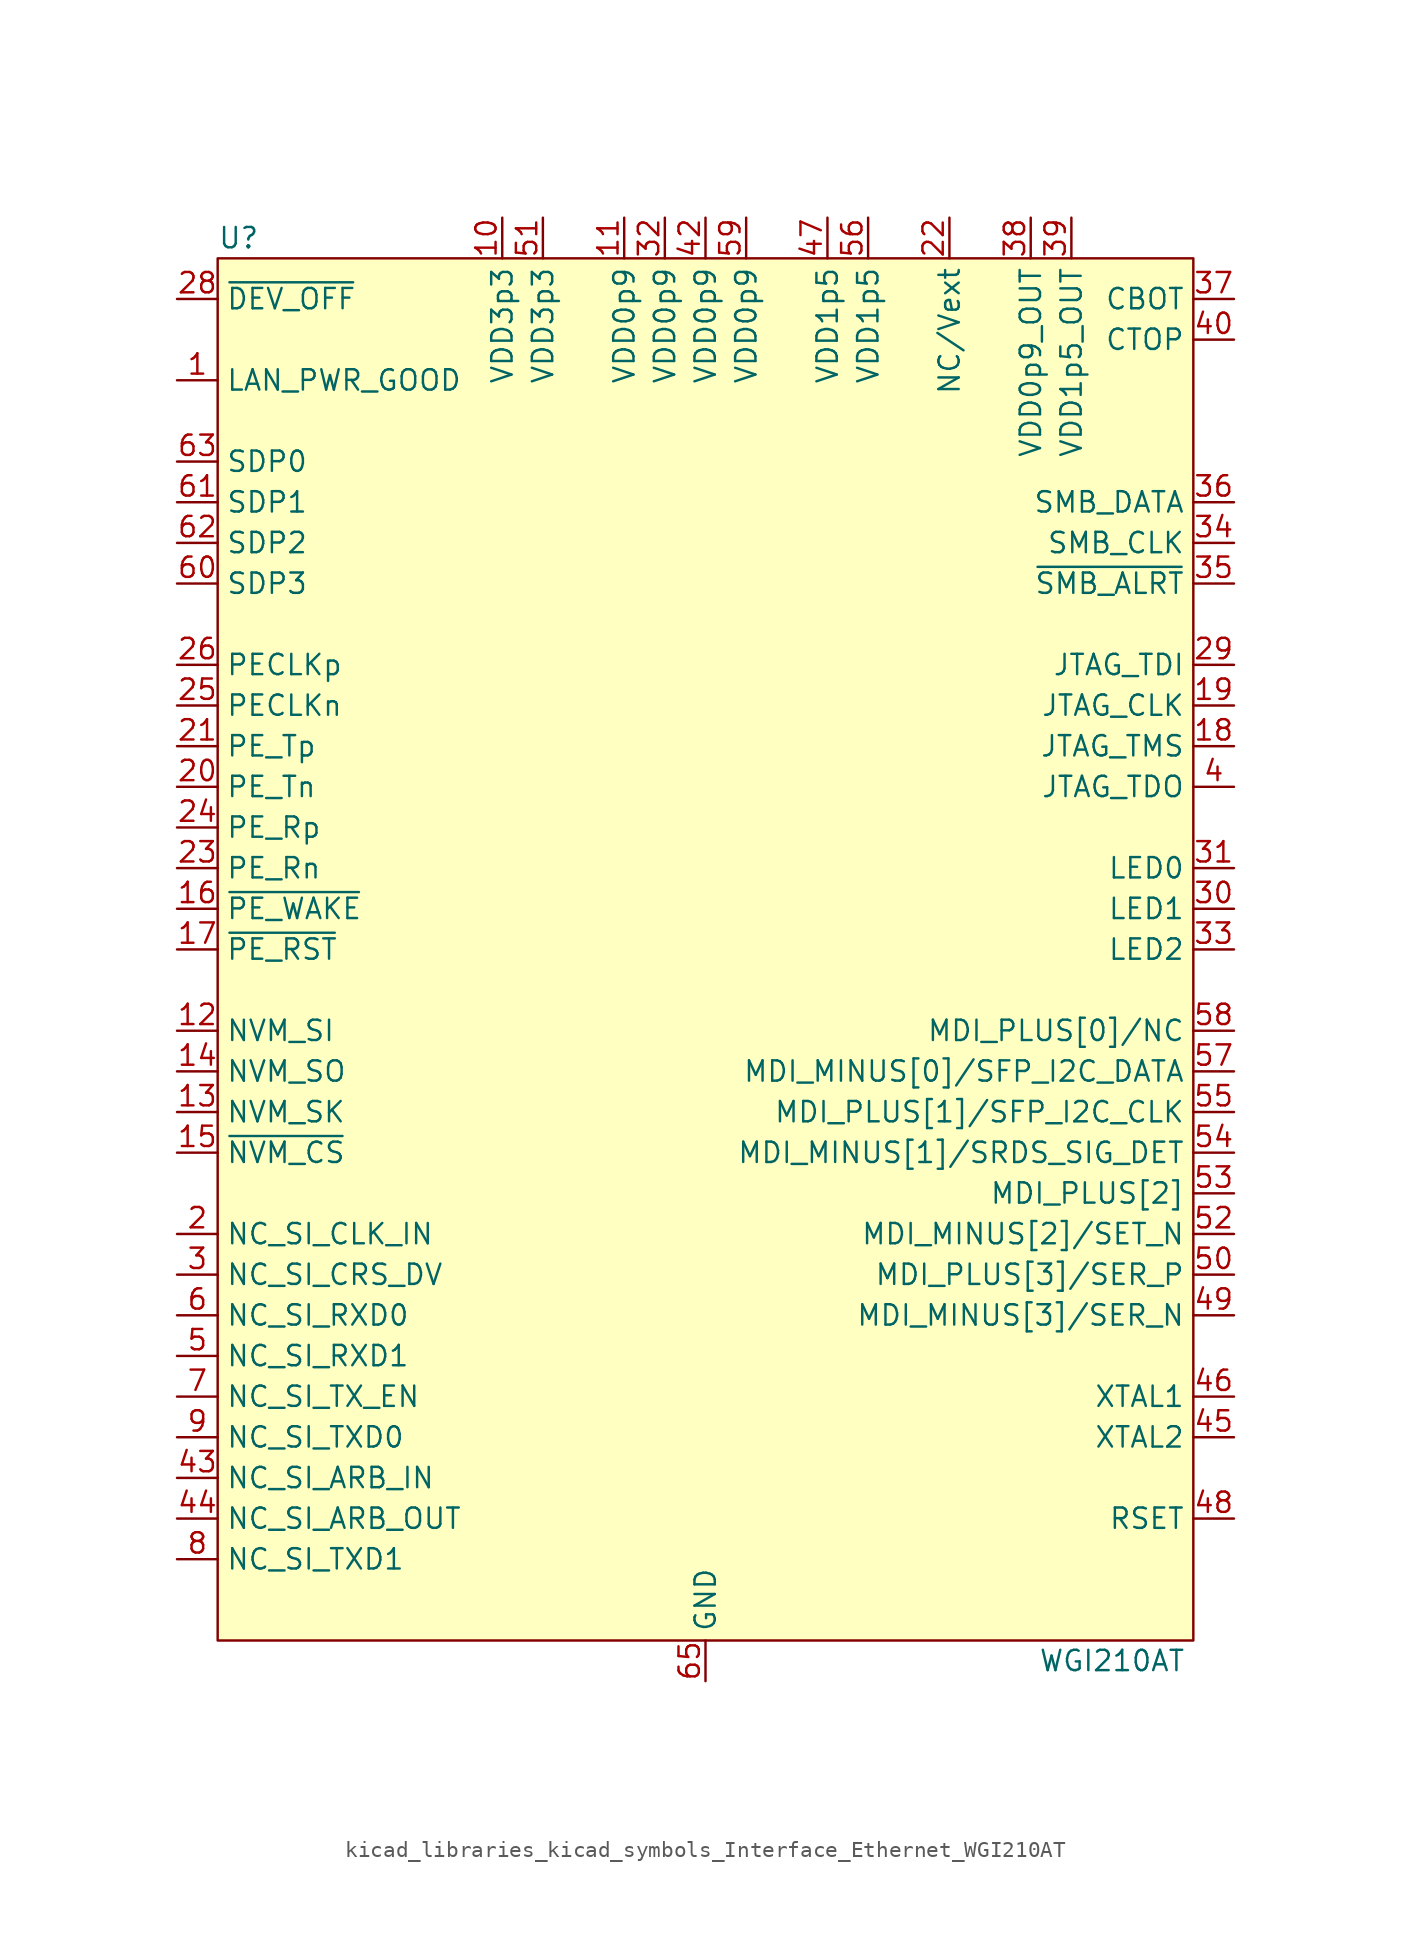
<source format=kicad_sym>
(kicad_symbol_lib
  (version 20220914)
  (generator kicad_symbol_editor)
  (symbol "kicad_libraries_kicad_symbols_Interface_Ethernet_WGI210AT"
    (property "Reference" "U"
      (at -30.48 44.45 0)
      (effects (font (size 1.27 1.27)) (justify left)))
    (property "Value" "WGI210AT"
      (at 25.4 -44.45 0)
      (effects (font (size 1.27 1.27))))
    (symbol "kicad_libraries_kicad_symbols_Interface_Ethernet_WGI210AT_0_1"
      (rectangle (start -30.48 43.18) (end 30.48 -43.18) (stroke (width 0) (type default)) (fill (type background)))
      (pin input line (at -33.02 35.56 0) (length 2.54) (name "LAN_PWR_GOOD" (effects (font (size 1.27 1.27)))) (number "1" (effects (font (size 1.27 1.27)))))
      (pin power_in line (at -12.7 45.72 270) (length 2.54) (name "VDD3p3" (effects (font (size 1.27 1.27)))) (number "10" (effects (font (size 1.27 1.27)))))
      (pin power_in line (at -5.08 45.72 270) (length 2.54) (name "VDD0p9" (effects (font (size 1.27 1.27)))) (number "11" (effects (font (size 1.27 1.27)))))
      (pin output line (at -33.02 -5.08 0) (length 2.54) (name "NVM_SI" (effects (font (size 1.27 1.27)))) (number "12" (effects (font (size 1.27 1.27)))))
      (pin output line (at -33.02 -10.16 0) (length 2.54) (name "NVM_SK" (effects (font (size 1.27 1.27)))) (number "13" (effects (font (size 1.27 1.27)))))
      (pin input line (at -33.02 -7.62 0) (length 2.54) (name "NVM_SO" (effects (font (size 1.27 1.27)))) (number "14" (effects (font (size 1.27 1.27)))))
      (pin output line (at -33.02 -12.7 0) (length 2.54) (name "~{NVM_CS}" (effects (font (size 1.27 1.27)))) (number "15" (effects (font (size 1.27 1.27)))))
      (pin bidirectional line (at -33.02 2.54 0) (length 2.54) (name "~{PE_WAKE}" (effects (font (size 1.27 1.27)))) (number "16" (effects (font (size 1.27 1.27)))))
      (pin input line (at -33.02 0 0) (length 2.54) (name "~{PE_RST}" (effects (font (size 1.27 1.27)))) (number "17" (effects (font (size 1.27 1.27)))))
      (pin input line (at 33.02 12.7 180) (length 2.54) (name "JTAG_TMS" (effects (font (size 1.27 1.27)))) (number "18" (effects (font (size 1.27 1.27)))))
      (pin input line (at 33.02 15.24 180) (length 2.54) (name "JTAG_CLK" (effects (font (size 1.27 1.27)))) (number "19" (effects (font (size 1.27 1.27)))))
      (pin input line (at -33.02 -17.78 0) (length 2.54) (name "NC_SI_CLK_IN" (effects (font (size 1.27 1.27)))) (number "2" (effects (font (size 1.27 1.27)))))
      (pin output line (at -33.02 10.16 0) (length 2.54) (name "PE_Tn" (effects (font (size 1.27 1.27)))) (number "20" (effects (font (size 1.27 1.27)))))
      (pin output line (at -33.02 12.7 0) (length 2.54) (name "PE_Tp" (effects (font (size 1.27 1.27)))) (number "21" (effects (font (size 1.27 1.27)))))
      (pin power_in line (at 15.24 45.72 270) (length 2.54) (name "NC/Vext" (effects (font (size 1.27 1.27)))) (number "22" (effects (font (size 1.27 1.27)))))
      (pin input line (at -33.02 5.08 0) (length 2.54) (name "PE_Rn" (effects (font (size 1.27 1.27)))) (number "23" (effects (font (size 1.27 1.27)))))
      (pin input line (at -33.02 7.62 0) (length 2.54) (name "PE_Rp" (effects (font (size 1.27 1.27)))) (number "24" (effects (font (size 1.27 1.27)))))
      (pin input line (at -33.02 15.24 0) (length 2.54) (name "PECLKn" (effects (font (size 1.27 1.27)))) (number "25" (effects (font (size 1.27 1.27)))))
      (pin input line (at -33.02 17.78 0) (length 2.54) (name "PECLKp" (effects (font (size 1.27 1.27)))) (number "26" (effects (font (size 1.27 1.27)))))
      (pin passive line (at -12.7 45.72 270) (length 2.54) hide (name "VDD3p3" (effects (font (size 1.27 1.27)))) (number "27" (effects (font (size 1.27 1.27)))))
      (pin input line (at -33.02 40.64 0) (length 2.54) (name "~{DEV_OFF}" (effects (font (size 1.27 1.27)))) (number "28" (effects (font (size 1.27 1.27)))))
      (pin input line (at 33.02 17.78 180) (length 2.54) (name "JTAG_TDI" (effects (font (size 1.27 1.27)))) (number "29" (effects (font (size 1.27 1.27)))))
      (pin output line (at -33.02 -20.32 0) (length 2.54) (name "NC_SI_CRS_DV" (effects (font (size 1.27 1.27)))) (number "3" (effects (font (size 1.27 1.27)))))
      (pin output line (at 33.02 2.54 180) (length 2.54) (name "LED1" (effects (font (size 1.27 1.27)))) (number "30" (effects (font (size 1.27 1.27)))))
      (pin output line (at 33.02 5.08 180) (length 2.54) (name "LED0" (effects (font (size 1.27 1.27)))) (number "31" (effects (font (size 1.27 1.27)))))
      (pin power_in line (at -2.54 45.72 270) (length 2.54) (name "VDD0p9" (effects (font (size 1.27 1.27)))) (number "32" (effects (font (size 1.27 1.27)))))
      (pin output line (at 33.02 0 180) (length 2.54) (name "LED2" (effects (font (size 1.27 1.27)))) (number "33" (effects (font (size 1.27 1.27)))))
      (pin bidirectional line (at 33.02 25.4 180) (length 2.54) (name "SMB_CLK" (effects (font (size 1.27 1.27)))) (number "34" (effects (font (size 1.27 1.27)))))
      (pin output line (at 33.02 22.86 180) (length 2.54) (name "~{SMB_ALRT}" (effects (font (size 1.27 1.27)))) (number "35" (effects (font (size 1.27 1.27)))))
      (pin bidirectional line (at 33.02 27.94 180) (length 2.54) (name "SMB_DATA" (effects (font (size 1.27 1.27)))) (number "36" (effects (font (size 1.27 1.27)))))
      (pin passive line (at 33.02 40.64 180) (length 2.54) (name "CBOT" (effects (font (size 1.27 1.27)))) (number "37" (effects (font (size 1.27 1.27)))))
      (pin power_out line (at 20.32 45.72 270) (length 2.54) (name "VDD0p9_OUT" (effects (font (size 1.27 1.27)))) (number "38" (effects (font (size 1.27 1.27)))))
      (pin power_out line (at 22.86 45.72 270) (length 2.54) (name "VDD1p5_OUT" (effects (font (size 1.27 1.27)))) (number "39" (effects (font (size 1.27 1.27)))))
      (pin output line (at 33.02 10.16 180) (length 2.54) (name "JTAG_TDO" (effects (font (size 1.27 1.27)))) (number "4" (effects (font (size 1.27 1.27)))))
      (pin passive line (at 33.02 38.1 180) (length 2.54) (name "CTOP" (effects (font (size 1.27 1.27)))) (number "40" (effects (font (size 1.27 1.27)))))
      (pin passive line (at -12.7 45.72 270) (length 2.54) hide (name "VDD3p3" (effects (font (size 1.27 1.27)))) (number "41" (effects (font (size 1.27 1.27)))))
      (pin power_in line (at 0 45.72 270) (length 2.54) (name "VDD0p9" (effects (font (size 1.27 1.27)))) (number "42" (effects (font (size 1.27 1.27)))))
      (pin input line (at -33.02 -33.02 0) (length 2.54) (name "NC_SI_ARB_IN" (effects (font (size 1.27 1.27)))) (number "43" (effects (font (size 1.27 1.27)))))
      (pin output line (at -33.02 -35.56 0) (length 2.54) (name "NC_SI_ARB_OUT" (effects (font (size 1.27 1.27)))) (number "44" (effects (font (size 1.27 1.27)))))
      (pin output line (at 33.02 -30.48 180) (length 2.54) (name "XTAL2" (effects (font (size 1.27 1.27)))) (number "45" (effects (font (size 1.27 1.27)))))
      (pin input line (at 33.02 -27.94 180) (length 2.54) (name "XTAL1" (effects (font (size 1.27 1.27)))) (number "46" (effects (font (size 1.27 1.27)))))
      (pin power_in line (at 7.62 45.72 270) (length 2.54) (name "VDD1p5" (effects (font (size 1.27 1.27)))) (number "47" (effects (font (size 1.27 1.27)))))
      (pin passive line (at 33.02 -35.56 180) (length 2.54) (name "RSET" (effects (font (size 1.27 1.27)))) (number "48" (effects (font (size 1.27 1.27)))))
      (pin bidirectional line (at 33.02 -22.86 180) (length 2.54) (name "MDI_MINUS[3]/SER_N" (effects (font (size 1.27 1.27)))) (number "49" (effects (font (size 1.27 1.27)))))
      (pin output line (at -33.02 -25.4 0) (length 2.54) (name "NC_SI_RXD1" (effects (font (size 1.27 1.27)))) (number "5" (effects (font (size 1.27 1.27)))))
      (pin bidirectional line (at 33.02 -20.32 180) (length 2.54) (name "MDI_PLUS[3]/SER_P" (effects (font (size 1.27 1.27)))) (number "50" (effects (font (size 1.27 1.27)))))
      (pin power_in line (at -10.16 45.72 270) (length 2.54) (name "VDD3p3" (effects (font (size 1.27 1.27)))) (number "51" (effects (font (size 1.27 1.27)))))
      (pin bidirectional line (at 33.02 -17.78 180) (length 2.54) (name "MDI_MINUS[2]/SET_N" (effects (font (size 1.27 1.27)))) (number "52" (effects (font (size 1.27 1.27)))))
      (pin bidirectional line (at 33.02 -15.24 180) (length 2.54) (name "MDI_PLUS[2]" (effects (font (size 1.27 1.27)))) (number "53" (effects (font (size 1.27 1.27)))))
      (pin bidirectional line (at 33.02 -12.7 180) (length 2.54) (name "MDI_MINUS[1]/SRDS_SIG_DET" (effects (font (size 1.27 1.27)))) (number "54" (effects (font (size 1.27 1.27)))))
      (pin bidirectional line (at 33.02 -10.16 180) (length 2.54) (name "MDI_PLUS[1]/SFP_I2C_CLK" (effects (font (size 1.27 1.27)))) (number "55" (effects (font (size 1.27 1.27)))))
      (pin power_in line (at 10.16 45.72 270) (length 2.54) (name "VDD1p5" (effects (font (size 1.27 1.27)))) (number "56" (effects (font (size 1.27 1.27)))))
      (pin bidirectional line (at 33.02 -7.62 180) (length 2.54) (name "MDI_MINUS[0]/SFP_I2C_DATA" (effects (font (size 1.27 1.27)))) (number "57" (effects (font (size 1.27 1.27)))))
      (pin bidirectional line (at 33.02 -5.08 180) (length 2.54) (name "MDI_PLUS[0]/NC" (effects (font (size 1.27 1.27)))) (number "58" (effects (font (size 1.27 1.27)))))
      (pin power_in line (at 2.54 45.72 270) (length 2.54) (name "VDD0p9" (effects (font (size 1.27 1.27)))) (number "59" (effects (font (size 1.27 1.27)))))
      (pin output line (at -33.02 -22.86 0) (length 2.54) (name "NC_SI_RXD0" (effects (font (size 1.27 1.27)))) (number "6" (effects (font (size 1.27 1.27)))))
      (pin bidirectional line (at -33.02 22.86 0) (length 2.54) (name "SDP3" (effects (font (size 1.27 1.27)))) (number "60" (effects (font (size 1.27 1.27)))))
      (pin bidirectional line (at -33.02 27.94 0) (length 2.54) (name "SDP1" (effects (font (size 1.27 1.27)))) (number "61" (effects (font (size 1.27 1.27)))))
      (pin bidirectional line (at -33.02 25.4 0) (length 2.54) (name "SDP2" (effects (font (size 1.27 1.27)))) (number "62" (effects (font (size 1.27 1.27)))))
      (pin bidirectional line (at -33.02 30.48 0) (length 2.54) (name "SDP0" (effects (font (size 1.27 1.27)))) (number "63" (effects (font (size 1.27 1.27)))))
      (pin passive line (at -12.7 45.72 270) (length 2.54) hide (name "VDD3p3" (effects (font (size 1.27 1.27)))) (number "64" (effects (font (size 1.27 1.27)))))
      (pin power_in line (at 0 -45.72 90) (length 2.54) (name "GND" (effects (font (size 1.27 1.27)))) (number "65" (effects (font (size 1.27 1.27)))))
      (pin input line (at -33.02 -27.94 0) (length 2.54) (name "NC_SI_TX_EN" (effects (font (size 1.27 1.27)))) (number "7" (effects (font (size 1.27 1.27)))))
      (pin input line (at -33.02 -38.1 0) (length 2.54) (name "NC_SI_TXD1" (effects (font (size 1.27 1.27)))) (number "8" (effects (font (size 1.27 1.27)))))
      (pin input line (at -33.02 -30.48 0) (length 2.54) (name "NC_SI_TXD0" (effects (font (size 1.27 1.27)))) (number "9" (effects (font (size 1.27 1.27))))))))
</source>
